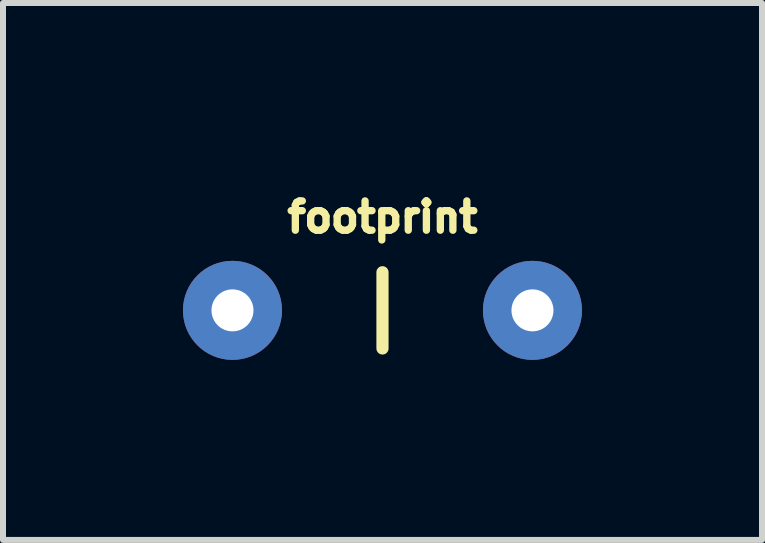
<source format=kicad_pcb>
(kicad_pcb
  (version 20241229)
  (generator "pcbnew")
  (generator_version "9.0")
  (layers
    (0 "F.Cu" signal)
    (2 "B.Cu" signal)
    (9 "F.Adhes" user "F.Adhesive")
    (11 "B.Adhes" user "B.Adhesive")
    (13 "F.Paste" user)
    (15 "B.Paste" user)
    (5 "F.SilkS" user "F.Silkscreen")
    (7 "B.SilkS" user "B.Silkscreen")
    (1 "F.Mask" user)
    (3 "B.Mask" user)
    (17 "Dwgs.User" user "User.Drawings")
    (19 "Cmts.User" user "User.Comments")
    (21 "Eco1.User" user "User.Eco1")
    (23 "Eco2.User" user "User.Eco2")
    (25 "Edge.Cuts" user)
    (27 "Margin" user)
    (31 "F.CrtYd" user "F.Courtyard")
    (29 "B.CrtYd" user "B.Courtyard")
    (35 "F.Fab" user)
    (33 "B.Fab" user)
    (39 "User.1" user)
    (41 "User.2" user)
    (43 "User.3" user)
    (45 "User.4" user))
  (footprint "footprint"
    (layer "F.Cu")
    (at 3.325 2.123)
    (property "Reference" "footprint" (at 0 -1.27 0) (layer "F.SilkS") (effects (font (size 0.488 0.488) (thickness 0.122)) (justify bottom)))
    (fp_line (start 0 -0.635) (end 0 0.635) (stroke (width 0.203) (type solid)) (layer "F.SilkS"))
    (pad "1" thru_hole circle (at -2.5 0) (size 1.651 1.651) (drill 0.7) (layers "*.Cu" "*.Mask"))
    (pad "2" thru_hole circle (at 2.5 0) (size 1.651 1.651) (drill 0.7) (layers "*.Cu" "*.Mask")))
  (gr_rect
    (start -3 -3)
    (end 9.651 5.949)
    (stroke (width 0.1) (type default))
    (fill no)
    (layer "Edge.Cuts")))
</source>
